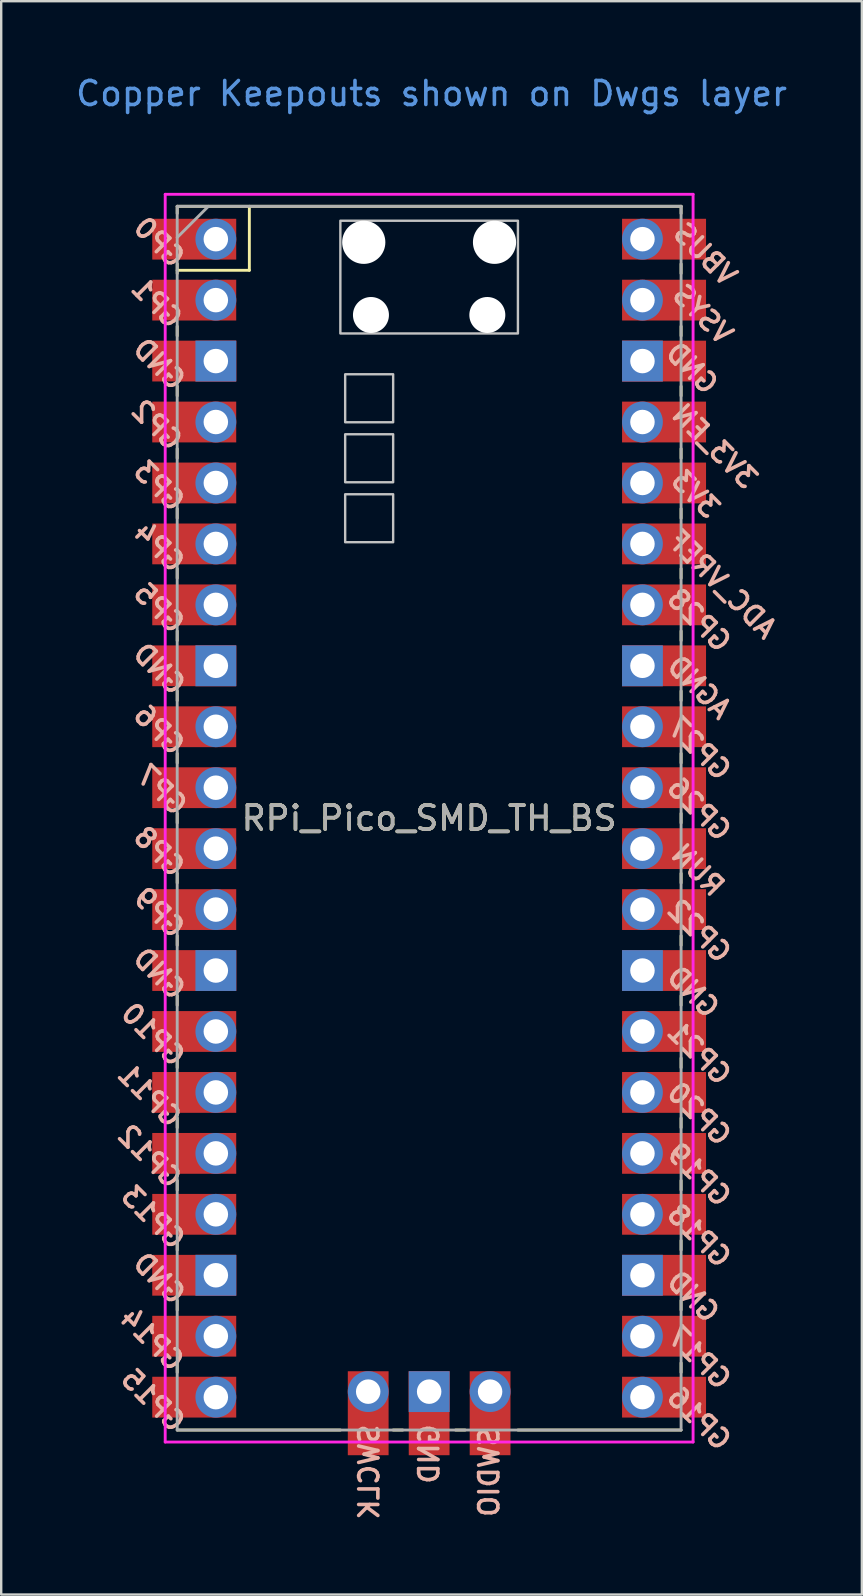
<source format=kicad_pcb>
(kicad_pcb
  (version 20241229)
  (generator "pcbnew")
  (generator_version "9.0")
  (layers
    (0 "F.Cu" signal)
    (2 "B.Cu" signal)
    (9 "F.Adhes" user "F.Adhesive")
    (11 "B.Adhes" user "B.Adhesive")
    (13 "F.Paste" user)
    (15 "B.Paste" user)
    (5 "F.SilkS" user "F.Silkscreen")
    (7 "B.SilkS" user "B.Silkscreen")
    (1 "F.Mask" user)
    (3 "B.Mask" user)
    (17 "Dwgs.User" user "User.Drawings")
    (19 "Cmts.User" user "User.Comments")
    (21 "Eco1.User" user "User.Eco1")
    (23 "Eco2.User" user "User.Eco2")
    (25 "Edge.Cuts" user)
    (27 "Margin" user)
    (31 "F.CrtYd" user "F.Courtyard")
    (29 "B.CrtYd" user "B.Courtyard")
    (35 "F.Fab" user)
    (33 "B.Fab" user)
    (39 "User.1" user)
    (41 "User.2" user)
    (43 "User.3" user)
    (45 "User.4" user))
  (footprint "RPi_Pico_SMD_TH_BS"
    (layer "F.Cu")
    (at 14.835 31.048)
    (property "Reference" "RPi_Pico_SMD_TH_BS" (at 0 0 0) (layer "F.SilkS") (effects (font (size 1 1) (thickness 0.15))))
    (attr through_hole)
    (fp_line (start -10.5 -25.5) (end -10.5 -25.2) (stroke (width 0.12) (type solid)) (layer "F.SilkS"))
    (fp_line (start -10.5 -25.5) (end 10.5 -25.5) (stroke (width 0.12) (type solid)) (layer "F.SilkS"))
    (fp_line (start -10.5 -23.1) (end -10.5 -22.7) (stroke (width 0.12) (type solid)) (layer "F.SilkS"))
    (fp_line (start -10.5 -22.833) (end -7.493 -22.833) (stroke (width 0.12) (type solid)) (layer "F.SilkS"))
    (fp_line (start -10.5 -20.5) (end -10.5 -20.1) (stroke (width 0.12) (type solid)) (layer "F.SilkS"))
    (fp_line (start -10.5 -18) (end -10.5 -17.6) (stroke (width 0.12) (type solid)) (layer "F.SilkS"))
    (fp_line (start -10.5 -15.4) (end -10.5 -15) (stroke (width 0.12) (type solid)) (layer "F.SilkS"))
    (fp_line (start -10.5 -12.9) (end -10.5 -12.5) (stroke (width 0.12) (type solid)) (layer "F.SilkS"))
    (fp_line (start -10.5 -10.4) (end -10.5 -10) (stroke (width 0.12) (type solid)) (layer "F.SilkS"))
    (fp_line (start -10.5 -7.8) (end -10.5 -7.4) (stroke (width 0.12) (type solid)) (layer "F.SilkS"))
    (fp_line (start -10.5 -5.3) (end -10.5 -4.9) (stroke (width 0.12) (type solid)) (layer "F.SilkS"))
    (fp_line (start -10.5 -2.7) (end -10.5 -2.3) (stroke (width 0.12) (type solid)) (layer "F.SilkS"))
    (fp_line (start -10.5 -0.2) (end -10.5 0.2) (stroke (width 0.12) (type solid)) (layer "F.SilkS"))
    (fp_line (start -10.5 2.3) (end -10.5 2.7) (stroke (width 0.12) (type solid)) (layer "F.SilkS"))
    (fp_line (start -10.5 4.9) (end -10.5 5.3) (stroke (width 0.12) (type solid)) (layer "F.SilkS"))
    (fp_line (start -10.5 7.4) (end -10.5 7.8) (stroke (width 0.12) (type solid)) (layer "F.SilkS"))
    (fp_line (start -10.5 10) (end -10.5 10.4) (stroke (width 0.12) (type solid)) (layer "F.SilkS"))
    (fp_line (start -10.5 12.5) (end -10.5 12.9) (stroke (width 0.12) (type solid)) (layer "F.SilkS"))
    (fp_line (start -10.5 15.1) (end -10.5 15.5) (stroke (width 0.12) (type solid)) (layer "F.SilkS"))
    (fp_line (start -10.5 17.6) (end -10.5 18) (stroke (width 0.12) (type solid)) (layer "F.SilkS"))
    (fp_line (start -10.5 20.1) (end -10.5 20.5) (stroke (width 0.12) (type solid)) (layer "F.SilkS"))
    (fp_line (start -10.5 22.7) (end -10.5 23.1) (stroke (width 0.12) (type solid)) (layer "F.SilkS"))
    (fp_line (start -7.493 -22.833) (end -7.493 -25.5) (stroke (width 0.12) (type solid)) (layer "F.SilkS"))
    (fp_line (start -3.7 25.5) (end -10.5 25.5) (stroke (width 0.12) (type solid)) (layer "F.SilkS"))
    (fp_line (start -1.5 25.5) (end -1.1 25.5) (stroke (width 0.12) (type solid)) (layer "F.SilkS"))
    (fp_line (start 1.1 25.5) (end 1.5 25.5) (stroke (width 0.12) (type solid)) (layer "F.SilkS"))
    (fp_line (start 10.5 -25.5) (end 10.5 -25.2) (stroke (width 0.12) (type solid)) (layer "F.SilkS"))
    (fp_line (start 10.5 -23.1) (end 10.5 -22.7) (stroke (width 0.12) (type solid)) (layer "F.SilkS"))
    (fp_line (start 10.5 -20.5) (end 10.5 -20.1) (stroke (width 0.12) (type solid)) (layer "F.SilkS"))
    (fp_line (start 10.5 -18) (end 10.5 -17.6) (stroke (width 0.12) (type solid)) (layer "F.SilkS"))
    (fp_line (start 10.5 -15.4) (end 10.5 -15) (stroke (width 0.12) (type solid)) (layer "F.SilkS"))
    (fp_line (start 10.5 -12.9) (end 10.5 -12.5) (stroke (width 0.12) (type solid)) (layer "F.SilkS"))
    (fp_line (start 10.5 -10.4) (end 10.5 -10) (stroke (width 0.12) (type solid)) (layer "F.SilkS"))
    (fp_line (start 10.5 -7.8) (end 10.5 -7.4) (stroke (width 0.12) (type solid)) (layer "F.SilkS"))
    (fp_line (start 10.5 -5.3) (end 10.5 -4.9) (stroke (width 0.12) (type solid)) (layer "F.SilkS"))
    (fp_line (start 10.5 -2.7) (end 10.5 -2.3) (stroke (width 0.12) (type solid)) (layer "F.SilkS"))
    (fp_line (start 10.5 -0.2) (end 10.5 0.2) (stroke (width 0.12) (type solid)) (layer "F.SilkS"))
    (fp_line (start 10.5 2.3) (end 10.5 2.7) (stroke (width 0.12) (type solid)) (layer "F.SilkS"))
    (fp_line (start 10.5 4.9) (end 10.5 5.3) (stroke (width 0.12) (type solid)) (layer "F.SilkS"))
    (fp_line (start 10.5 7.4) (end 10.5 7.8) (stroke (width 0.12) (type solid)) (layer "F.SilkS"))
    (fp_line (start 10.5 10) (end 10.5 10.4) (stroke (width 0.12) (type solid)) (layer "F.SilkS"))
    (fp_line (start 10.5 12.5) (end 10.5 12.9) (stroke (width 0.12) (type solid)) (layer "F.SilkS"))
    (fp_line (start 10.5 15.1) (end 10.5 15.5) (stroke (width 0.12) (type solid)) (layer "F.SilkS"))
    (fp_line (start 10.5 17.6) (end 10.5 18) (stroke (width 0.12) (type solid)) (layer "F.SilkS"))
    (fp_line (start 10.5 20.1) (end 10.5 20.5) (stroke (width 0.12) (type solid)) (layer "F.SilkS"))
    (fp_line (start 10.5 22.7) (end 10.5 23.1) (stroke (width 0.12) (type solid)) (layer "F.SilkS"))
    (fp_line (start 10.5 25.5) (end 3.7 25.5) (stroke (width 0.12) (type solid)) (layer "F.SilkS"))
    (fp_poly (pts (xy -1.5 -16.5) (xy -3.5 -16.5) (xy -3.5 -18.5) (xy -1.5 -18.5)) (stroke (width 0.1) (type solid)) (fill no) (layer "Dwgs.User"))
    (fp_poly (pts (xy -1.5 -14) (xy -3.5 -14) (xy -3.5 -16) (xy -1.5 -16)) (stroke (width 0.1) (type solid)) (fill no) (layer "Dwgs.User"))
    (fp_poly (pts (xy -1.5 -11.5) (xy -3.5 -11.5) (xy -3.5 -13.5) (xy -1.5 -13.5)) (stroke (width 0.1) (type solid)) (fill no) (layer "Dwgs.User"))
    (fp_poly (pts (xy 3.7 -20.2) (xy -3.7 -20.2) (xy -3.7 -24.9) (xy 3.7 -24.9)) (stroke (width 0.1) (type solid)) (fill no) (layer "Dwgs.User"))
    (fp_line (start -11 -26) (end 11 -26) (stroke (width 0.12) (type solid)) (layer "F.CrtYd"))
    (fp_line (start -11 26) (end -11 -26) (stroke (width 0.12) (type solid)) (layer "F.CrtYd"))
    (fp_line (start 11 -26) (end 11 26) (stroke (width 0.12) (type solid)) (layer "F.CrtYd"))
    (fp_line (start 11 26) (end -11 26) (stroke (width 0.12) (type solid)) (layer "F.CrtYd"))
    (fp_line (start -10.5 -25.5) (end 10.5 -25.5) (stroke (width 0.12) (type solid)) (layer "F.Fab"))
    (fp_line (start -10.5 -24.2) (end -9.2 -25.5) (stroke (width 0.12) (type solid)) (layer "F.Fab"))
    (fp_line (start -10.5 25.5) (end -10.5 -25.5) (stroke (width 0.12) (type solid)) (layer "F.Fab"))
    (fp_line (start 10.5 -25.5) (end 10.5 25.5) (stroke (width 0.12) (type solid)) (layer "F.Fab"))
    (fp_line (start 10.5 25.5) (end -10.5 25.5) (stroke (width 0.12) (type solid)) (layer "F.Fab"))
    (fp_text user "VSYS" (at 11.4 -21 315) (layer "B.SilkS") (effects (font (size 0.8 0.8) (thickness 0.15)) (justify mirror)))
    (fp_text user "3V3" (at 11.1 -13.5 315) (layer "B.SilkS") (effects (font (size 0.8 0.8) (thickness 0.15)) (justify mirror)))
    (fp_text user "GP1" (at -11.35 -21.47 315) (layer "B.SilkS") (effects (font (size 0.8 0.8) (thickness 0.15)) (justify mirror)))
    (fp_text user "SWCLK" (at -2.5 27.25 90) (layer "B.SilkS") (effects (font (size 0.8 0.8) (thickness 0.15)) (justify mirror)))
    (fp_text user "GND" (at -11.25 19.18 315) (layer "B.SilkS") (effects (font (size 0.8 0.8) (thickness 0.15)) (justify mirror)))
    (fp_text user "VBUS" (at 11.5 -23.5 315) (layer "B.SilkS") (effects (font (size 0.8 0.8) (thickness 0.15)) (justify mirror)))
    (fp_text user "GP22" (at 11.254 4.704 315) (layer "B.SilkS") (effects (font (size 0.8 0.8) (thickness 0.15)) (justify mirror)))
    (fp_text user "GP9" (at -11.25 3.94 315) (layer "B.SilkS") (effects (font (size 0.8 0.8) (thickness 0.15)) (justify mirror)))
    (fp_text user "GP17" (at 11.254 22.484 315) (layer "B.SilkS") (effects (font (size 0.8 0.8) (thickness 0.15)) (justify mirror)))
    (fp_text user "GP10" (at -11.504 9.02 315) (layer "B.SilkS") (effects (font (size 0.8 0.8) (thickness 0.15)) (justify mirror)))
    (fp_text user "GP2" (at -11.35 -16.38 315) (layer "B.SilkS") (effects (font (size 0.8 0.8) (thickness 0.15)) (justify mirror)))
    (fp_text user "GP13" (at -11.504 16.64 315) (layer "B.SilkS") (effects (font (size 0.8 0.8) (thickness 0.15)) (justify mirror)))
    (fp_text user "GP11" (at -11.65 11.56 315) (layer "B.SilkS") (effects (font (size 0.8 0.8) (thickness 0.15)) (justify mirror)))
    (fp_text user "GP26" (at 11.254 -0.376 315) (layer "B.SilkS") (effects (font (size 0.8 0.8) (thickness 0.15)) (justify mirror)))
    (fp_text user "AGND" (at 11.254 -5.456 315) (layer "B.SilkS") (effects (font (size 0.8 0.8) (thickness 0.15)) (justify mirror)))
    (fp_text user "GND" (at 0 26.5 90) (layer "B.SilkS") (effects (font (size 0.8 0.8) (thickness 0.15)) (justify mirror)))
    (fp_text user "GND" (at -11.25 6.48 315) (layer "B.SilkS") (effects (font (size 0.8 0.8) (thickness 0.15)) (justify mirror)))
    (fp_text user "ADC_VREF" (at 12.2 -9.75 315) (layer "B.SilkS") (effects (font (size 0.8 0.8) (thickness 0.15)) (justify mirror)))
    (fp_text user "GP28" (at 11.254 -8.25 315) (layer "B.SilkS") (effects (font (size 0.8 0.8) (thickness 0.15)) (justify mirror)))
    (fp_text user "RUN" (at 11.2 2.164 315) (layer "B.SilkS") (effects (font (size 0.8 0.8) (thickness 0.15)) (justify mirror)))
    (fp_text user "GND" (at 11 19.944 315) (layer "B.SilkS") (effects (font (size 0.8 0.8) (thickness 0.15)) (justify mirror)))
    (fp_text user "GND" (at -11.25 -6.22 315) (layer "B.SilkS") (effects (font (size 0.8 0.8) (thickness 0.15)) (justify mirror)))
    (fp_text user "GP4" (at -11.25 -11.3 315) (layer "B.SilkS") (effects (font (size 0.8 0.8) (thickness 0.15)) (justify mirror)))
    (fp_text user "3V3_EN" (at 11.9 -15.5 315) (layer "B.SilkS") (effects (font (size 0.8 0.8) (thickness 0.15)) (justify mirror)))
    (fp_text user "GP21" (at 11.254 9.794 315) (layer "B.SilkS") (effects (font (size 0.8 0.8) (thickness 0.15)) (justify mirror)))
    (fp_text user "GP20" (at 11.254 12.324 315) (layer "B.SilkS") (effects (font (size 0.8 0.8) (thickness 0.15)) (justify mirror)))
    (fp_text user "GP15" (at -11.504 24.26 315) (layer "B.SilkS") (effects (font (size 0.8 0.8) (thickness 0.15)) (justify mirror)))
    (fp_text user "GP14" (at -11.55 21.72 315) (layer "B.SilkS") (effects (font (size 0.8 0.8) (thickness 0.15)) (justify mirror)))
    (fp_text user "GND" (at 10.95 -18.75 315) (layer "B.SilkS") (effects (font (size 0.8 0.8) (thickness 0.15)) (justify mirror)))
    (fp_text user "GP19" (at 11.254 14.864 315) (layer "B.SilkS") (effects (font (size 0.8 0.8) (thickness 0.15)) (justify mirror)))
    (fp_text user "SWDIO" (at 2.5 27.25 90) (layer "B.SilkS") (effects (font (size 0.8 0.8) (thickness 0.15)) (justify mirror)))
    (fp_text user "GP8" (at -11.25 1.4 315) (layer "B.SilkS") (effects (font (size 0.8 0.8) (thickness 0.15)) (justify mirror)))
    (fp_text user "GP3" (at -11.25 -13.84 315) (layer "B.SilkS") (effects (font (size 0.8 0.8) (thickness 0.15)) (justify mirror)))
    (fp_text user "GP5" (at -11.25 -8.76 315) (layer "B.SilkS") (effects (font (size 0.8 0.8) (thickness 0.15)) (justify mirror)))
    (fp_text user "GP16" (at 11.254 25.024 315) (layer "B.SilkS") (effects (font (size 0.8 0.8) (thickness 0.15)) (justify mirror)))
    (fp_text user "GP0" (at -11.25 -24 315) (layer "B.SilkS") (effects (font (size 0.8 0.8) (thickness 0.15)) (justify mirror)))
    (fp_text user "GND" (at -11.25 -18.92 315) (layer "B.SilkS") (effects (font (size 0.8 0.8) (thickness 0.15)) (justify mirror)))
    (fp_text user "GP6" (at -11.25 -3.68 315) (layer "B.SilkS") (effects (font (size 0.8 0.8) (thickness 0.15)) (justify mirror)))
    (fp_text user "GP7" (at -11.15 -1.17 315) (layer "B.SilkS") (effects (font (size 0.8 0.8) (thickness 0.15)) (justify mirror)))
    (fp_text user "GP12" (at -11.65 14.1 315) (layer "B.SilkS") (effects (font (size 0.8 0.8) (thickness 0.15)) (justify mirror)))
    (fp_text user "GP18" (at 11.254 17.404 315) (layer "B.SilkS") (effects (font (size 0.8 0.8) (thickness 0.15)) (justify mirror)))
    (fp_text user "GP27" (at 11.254 -2.906 315) (layer "B.SilkS") (effects (font (size 0.8 0.8) (thickness 0.15)) (justify mirror)))
    (fp_text user "GND" (at 11 7.244 315) (layer "B.SilkS") (effects (font (size 0.8 0.8) (thickness 0.15)) (justify mirror)))
    (fp_text user "Copper Keepouts shown on Dwgs layer" (at 0.1 -30.2 0) (layer "Cmts.User") (effects (font (size 1 1) (thickness 0.15))))
    (fp_text user "${REFERENCE}" (at 0 0 180) (layer "F.Fab") (effects (font (size 1 1) (thickness 0.15))))
    (pad "" np_thru_hole oval (at -2.725 -24) (size 1.8 1.8) (drill 1.8) (layers "*.Cu" "*.Mask"))
    (pad "" np_thru_hole oval (at -2.425 -20.97) (size 1.5 1.5) (drill 1.5) (layers "*.Cu" "*.Mask"))
    (pad "" np_thru_hole oval (at 2.425 -20.97) (size 1.5 1.5) (drill 1.5) (layers "*.Cu" "*.Mask"))
    (pad "" np_thru_hole oval (at 2.725 -24) (size 1.8 1.8) (drill 1.8) (layers "*.Cu" "*.Mask"))
    (pad "1" thru_hole oval (at -8.89 -24.13) (size 1.7 1.7) (drill 1.02) (layers "*.Cu" "*.Mask"))
    (pad "1" smd rect (at -8.89 -24.13) (size 3.5 1.7) (drill (offset -0.9 0)) (layers "F.Cu" "F.Mask"))
    (pad "2" thru_hole oval (at -8.89 -21.59) (size 1.7 1.7) (drill 1.02) (layers "*.Cu" "*.Mask"))
    (pad "2" smd rect (at -8.89 -21.59) (size 3.5 1.7) (drill (offset -0.9 0)) (layers "F.Cu" "F.Mask"))
    (pad "3" thru_hole rect (at -8.89 -19.05) (size 1.7 1.7) (drill 1.02) (layers "*.Cu" "*.Mask"))
    (pad "3" smd rect (at -8.89 -19.05) (size 3.5 1.7) (drill (offset -0.9 0)) (layers "F.Cu" "F.Mask"))
    (pad "4" thru_hole oval (at -8.89 -16.51) (size 1.7 1.7) (drill 1.02) (layers "*.Cu" "*.Mask"))
    (pad "4" smd rect (at -8.89 -16.51) (size 3.5 1.7) (drill (offset -0.9 0)) (layers "F.Cu" "F.Mask"))
    (pad "5" thru_hole oval (at -8.89 -13.97) (size 1.7 1.7) (drill 1.02) (layers "*.Cu" "*.Mask"))
    (pad "5" smd rect (at -8.89 -13.97) (size 3.5 1.7) (drill (offset -0.9 0)) (layers "F.Cu" "F.Mask"))
    (pad "6" thru_hole oval (at -8.89 -11.43) (size 1.7 1.7) (drill 1.02) (layers "*.Cu" "*.Mask"))
    (pad "6" smd rect (at -8.89 -11.43) (size 3.5 1.7) (drill (offset -0.9 0)) (layers "F.Cu" "F.Mask"))
    (pad "7" thru_hole oval (at -8.89 -8.89) (size 1.7 1.7) (drill 1.02) (layers "*.Cu" "*.Mask"))
    (pad "7" smd rect (at -8.89 -8.89) (size 3.5 1.7) (drill (offset -0.9 0)) (layers "F.Cu" "F.Mask"))
    (pad "8" thru_hole rect (at -8.89 -6.35) (size 1.7 1.7) (drill 1.02) (layers "*.Cu" "*.Mask"))
    (pad "8" smd rect (at -8.89 -6.35) (size 3.5 1.7) (drill (offset -0.9 0)) (layers "F.Cu" "F.Mask"))
    (pad "9" thru_hole oval (at -8.89 -3.81) (size 1.7 1.7) (drill 1.02) (layers "*.Cu" "*.Mask"))
    (pad "9" smd rect (at -8.89 -3.81) (size 3.5 1.7) (drill (offset -0.9 0)) (layers "F.Cu" "F.Mask"))
    (pad "10" thru_hole oval (at -8.89 -1.27) (size 1.7 1.7) (drill 1.02) (layers "*.Cu" "*.Mask"))
    (pad "10" smd rect (at -8.89 -1.27) (size 3.5 1.7) (drill (offset -0.9 0)) (layers "F.Cu" "F.Mask"))
    (pad "11" thru_hole oval (at -8.89 1.27) (size 1.7 1.7) (drill 1.02) (layers "*.Cu" "*.Mask"))
    (pad "11" smd rect (at -8.89 1.27) (size 3.5 1.7) (drill (offset -0.9 0)) (layers "F.Cu" "F.Mask"))
    (pad "12" thru_hole oval (at -8.89 3.81) (size 1.7 1.7) (drill 1.02) (layers "*.Cu" "*.Mask"))
    (pad "12" smd rect (at -8.89 3.81) (size 3.5 1.7) (drill (offset -0.9 0)) (layers "F.Cu" "F.Mask"))
    (pad "13" thru_hole rect (at -8.89 6.35) (size 1.7 1.7) (drill 1.02) (layers "*.Cu" "*.Mask"))
    (pad "13" smd rect (at -8.89 6.35) (size 3.5 1.7) (drill (offset -0.9 0)) (layers "F.Cu" "F.Mask"))
    (pad "14" thru_hole oval (at -8.89 8.89) (size 1.7 1.7) (drill 1.02) (layers "*.Cu" "*.Mask"))
    (pad "14" smd rect (at -8.89 8.89) (size 3.5 1.7) (drill (offset -0.9 0)) (layers "F.Cu" "F.Mask"))
    (pad "15" thru_hole oval (at -8.89 11.43) (size 1.7 1.7) (drill 1.02) (layers "*.Cu" "*.Mask"))
    (pad "15" smd rect (at -8.89 11.43) (size 3.5 1.7) (drill (offset -0.9 0)) (layers "F.Cu" "F.Mask"))
    (pad "16" thru_hole oval (at -8.89 13.97) (size 1.7 1.7) (drill 1.02) (layers "*.Cu" "*.Mask"))
    (pad "16" smd rect (at -8.89 13.97) (size 3.5 1.7) (drill (offset -0.9 0)) (layers "F.Cu" "F.Mask"))
    (pad "17" thru_hole oval (at -8.89 16.51) (size 1.7 1.7) (drill 1.02) (layers "*.Cu" "*.Mask"))
    (pad "17" smd rect (at -8.89 16.51) (size 3.5 1.7) (drill (offset -0.9 0)) (layers "F.Cu" "F.Mask"))
    (pad "18" thru_hole rect (at -8.89 19.05) (size 1.7 1.7) (drill 1.02) (layers "*.Cu" "*.Mask"))
    (pad "18" smd rect (at -8.89 19.05) (size 3.5 1.7) (drill (offset -0.9 0)) (layers "F.Cu" "F.Mask"))
    (pad "19" thru_hole oval (at -8.89 21.59) (size 1.7 1.7) (drill 1.02) (layers "*.Cu" "*.Mask"))
    (pad "19" smd rect (at -8.89 21.59) (size 3.5 1.7) (drill (offset -0.9 0)) (layers "F.Cu" "F.Mask"))
    (pad "20" thru_hole oval (at -8.89 24.13) (size 1.7 1.7) (drill 1.02) (layers "*.Cu" "*.Mask"))
    (pad "20" smd rect (at -8.89 24.13) (size 3.5 1.7) (drill (offset -0.9 0)) (layers "F.Cu" "F.Mask"))
    (pad "21" thru_hole oval (at 8.89 24.13) (size 1.7 1.7) (drill 1.02) (layers "*.Cu" "*.Mask"))
    (pad "21" smd rect (at 8.89 24.13) (size 3.5 1.7) (drill (offset 0.9 0)) (layers "F.Cu" "F.Mask"))
    (pad "22" thru_hole oval (at 8.89 21.59) (size 1.7 1.7) (drill 1.02) (layers "*.Cu" "*.Mask"))
    (pad "22" smd rect (at 8.89 21.59) (size 3.5 1.7) (drill (offset 0.9 0)) (layers "F.Cu" "F.Mask"))
    (pad "23" thru_hole rect (at 8.89 19.05) (size 1.7 1.7) (drill 1.02) (layers "*.Cu" "*.Mask"))
    (pad "23" smd rect (at 8.89 19.05) (size 3.5 1.7) (drill (offset 0.9 0)) (layers "F.Cu" "F.Mask"))
    (pad "24" thru_hole oval (at 8.89 16.51) (size 1.7 1.7) (drill 1.02) (layers "*.Cu" "*.Mask"))
    (pad "24" smd rect (at 8.89 16.51) (size 3.5 1.7) (drill (offset 0.9 0)) (layers "F.Cu" "F.Mask"))
    (pad "25" thru_hole oval (at 8.89 13.97) (size 1.7 1.7) (drill 1.02) (layers "*.Cu" "*.Mask"))
    (pad "25" smd rect (at 8.89 13.97) (size 3.5 1.7) (drill (offset 0.9 0)) (layers "F.Cu" "F.Mask"))
    (pad "26" thru_hole oval (at 8.89 11.43) (size 1.7 1.7) (drill 1.02) (layers "*.Cu" "*.Mask"))
    (pad "26" smd rect (at 8.89 11.43) (size 3.5 1.7) (drill (offset 0.9 0)) (layers "F.Cu" "F.Mask"))
    (pad "27" thru_hole oval (at 8.89 8.89) (size 1.7 1.7) (drill 1.02) (layers "*.Cu" "*.Mask"))
    (pad "27" smd rect (at 8.89 8.89) (size 3.5 1.7) (drill (offset 0.9 0)) (layers "F.Cu" "F.Mask"))
    (pad "28" thru_hole rect (at 8.89 6.35) (size 1.7 1.7) (drill 1.02) (layers "*.Cu" "*.Mask"))
    (pad "28" smd rect (at 8.89 6.35) (size 3.5 1.7) (drill (offset 0.9 0)) (layers "F.Cu" "F.Mask"))
    (pad "29" thru_hole oval (at 8.89 3.81) (size 1.7 1.7) (drill 1.02) (layers "*.Cu" "*.Mask"))
    (pad "29" smd rect (at 8.89 3.81) (size 3.5 1.7) (drill (offset 0.9 0)) (layers "F.Cu" "F.Mask"))
    (pad "30" thru_hole oval (at 8.89 1.27) (size 1.7 1.7) (drill 1.02) (layers "*.Cu" "*.Mask"))
    (pad "30" smd rect (at 8.89 1.27) (size 3.5 1.7) (drill (offset 0.9 0)) (layers "F.Cu" "F.Mask"))
    (pad "31" thru_hole oval (at 8.89 -1.27) (size 1.7 1.7) (drill 1.02) (layers "*.Cu" "*.Mask"))
    (pad "31" smd rect (at 8.89 -1.27) (size 3.5 1.7) (drill (offset 0.9 0)) (layers "F.Cu" "F.Mask"))
    (pad "32" thru_hole oval (at 8.89 -3.81) (size 1.7 1.7) (drill 1.02) (layers "*.Cu" "*.Mask"))
    (pad "32" smd rect (at 8.89 -3.81) (size 3.5 1.7) (drill (offset 0.9 0)) (layers "F.Cu" "F.Mask"))
    (pad "33" thru_hole rect (at 8.89 -6.35) (size 1.7 1.7) (drill 1.02) (layers "*.Cu" "*.Mask"))
    (pad "33" smd rect (at 8.89 -6.35) (size 3.5 1.7) (drill (offset 0.9 0)) (layers "F.Cu" "F.Mask"))
    (pad "34" thru_hole oval (at 8.89 -8.89) (size 1.7 1.7) (drill 1.02) (layers "*.Cu" "*.Mask"))
    (pad "34" smd rect (at 8.89 -8.89) (size 3.5 1.7) (drill (offset 0.9 0)) (layers "F.Cu" "F.Mask"))
    (pad "35" thru_hole oval (at 8.89 -11.43) (size 1.7 1.7) (drill 1.02) (layers "*.Cu" "*.Mask"))
    (pad "35" smd rect (at 8.89 -11.43) (size 3.5 1.7) (drill (offset 0.9 0)) (layers "F.Cu" "F.Mask"))
    (pad "36" thru_hole oval (at 8.89 -13.97) (size 1.7 1.7) (drill 1.02) (layers "*.Cu" "*.Mask"))
    (pad "36" smd rect (at 8.89 -13.97) (size 3.5 1.7) (drill (offset 0.9 0)) (layers "F.Cu" "F.Mask"))
    (pad "37" thru_hole oval (at 8.89 -16.51) (size 1.7 1.7) (drill 1.02) (layers "*.Cu" "*.Mask"))
    (pad "37" smd rect (at 8.89 -16.51) (size 3.5 1.7) (drill (offset 0.9 0)) (layers "F.Cu" "F.Mask"))
    (pad "38" thru_hole rect (at 8.89 -19.05) (size 1.7 1.7) (drill 1.02) (layers "*.Cu" "*.Mask"))
    (pad "38" smd rect (at 8.89 -19.05) (size 3.5 1.7) (drill (offset 0.9 0)) (layers "F.Cu" "F.Mask"))
    (pad "39" thru_hole oval (at 8.89 -21.59) (size 1.7 1.7) (drill 1.02) (layers "*.Cu" "*.Mask"))
    (pad "39" smd rect (at 8.89 -21.59) (size 3.5 1.7) (drill (offset 0.9 0)) (layers "F.Cu" "F.Mask"))
    (pad "40" thru_hole oval (at 8.89 -24.13) (size 1.7 1.7) (drill 1.02) (layers "*.Cu" "*.Mask"))
    (pad "40" smd rect (at 8.89 -24.13) (size 3.5 1.7) (drill (offset 0.9 0)) (layers "F.Cu" "F.Mask"))
    (pad "41" thru_hole oval (at -2.54 23.9) (size 1.7 1.7) (drill 1.02) (layers "*.Cu" "*.Mask"))
    (pad "41" smd rect (at -2.54 23.9 90) (size 3.5 1.7) (drill (offset -0.9 0)) (layers "F.Cu" "F.Mask"))
    (pad "42" thru_hole rect (at 0 23.9) (size 1.7 1.7) (drill 1.02) (layers "*.Cu" "*.Mask"))
    (pad "42" smd rect (at 0 23.9 90) (size 3.5 1.7) (drill (offset -0.9 0)) (layers "F.Cu" "F.Mask"))
    (pad "43" thru_hole oval (at 2.54 23.9) (size 1.7 1.7) (drill 1.02) (layers "*.Cu" "*.Mask"))
    (pad "43" smd rect (at 2.54 23.9 90) (size 3.5 1.7) (drill (offset -0.9 0)) (layers "F.Cu" "F.Mask")))
  (gr_rect
    (start -3 -3)
    (end 32.869 63.405)
    (stroke (width 0.1) (type default))
    (fill no)
    (layer "Edge.Cuts")))
</source>
